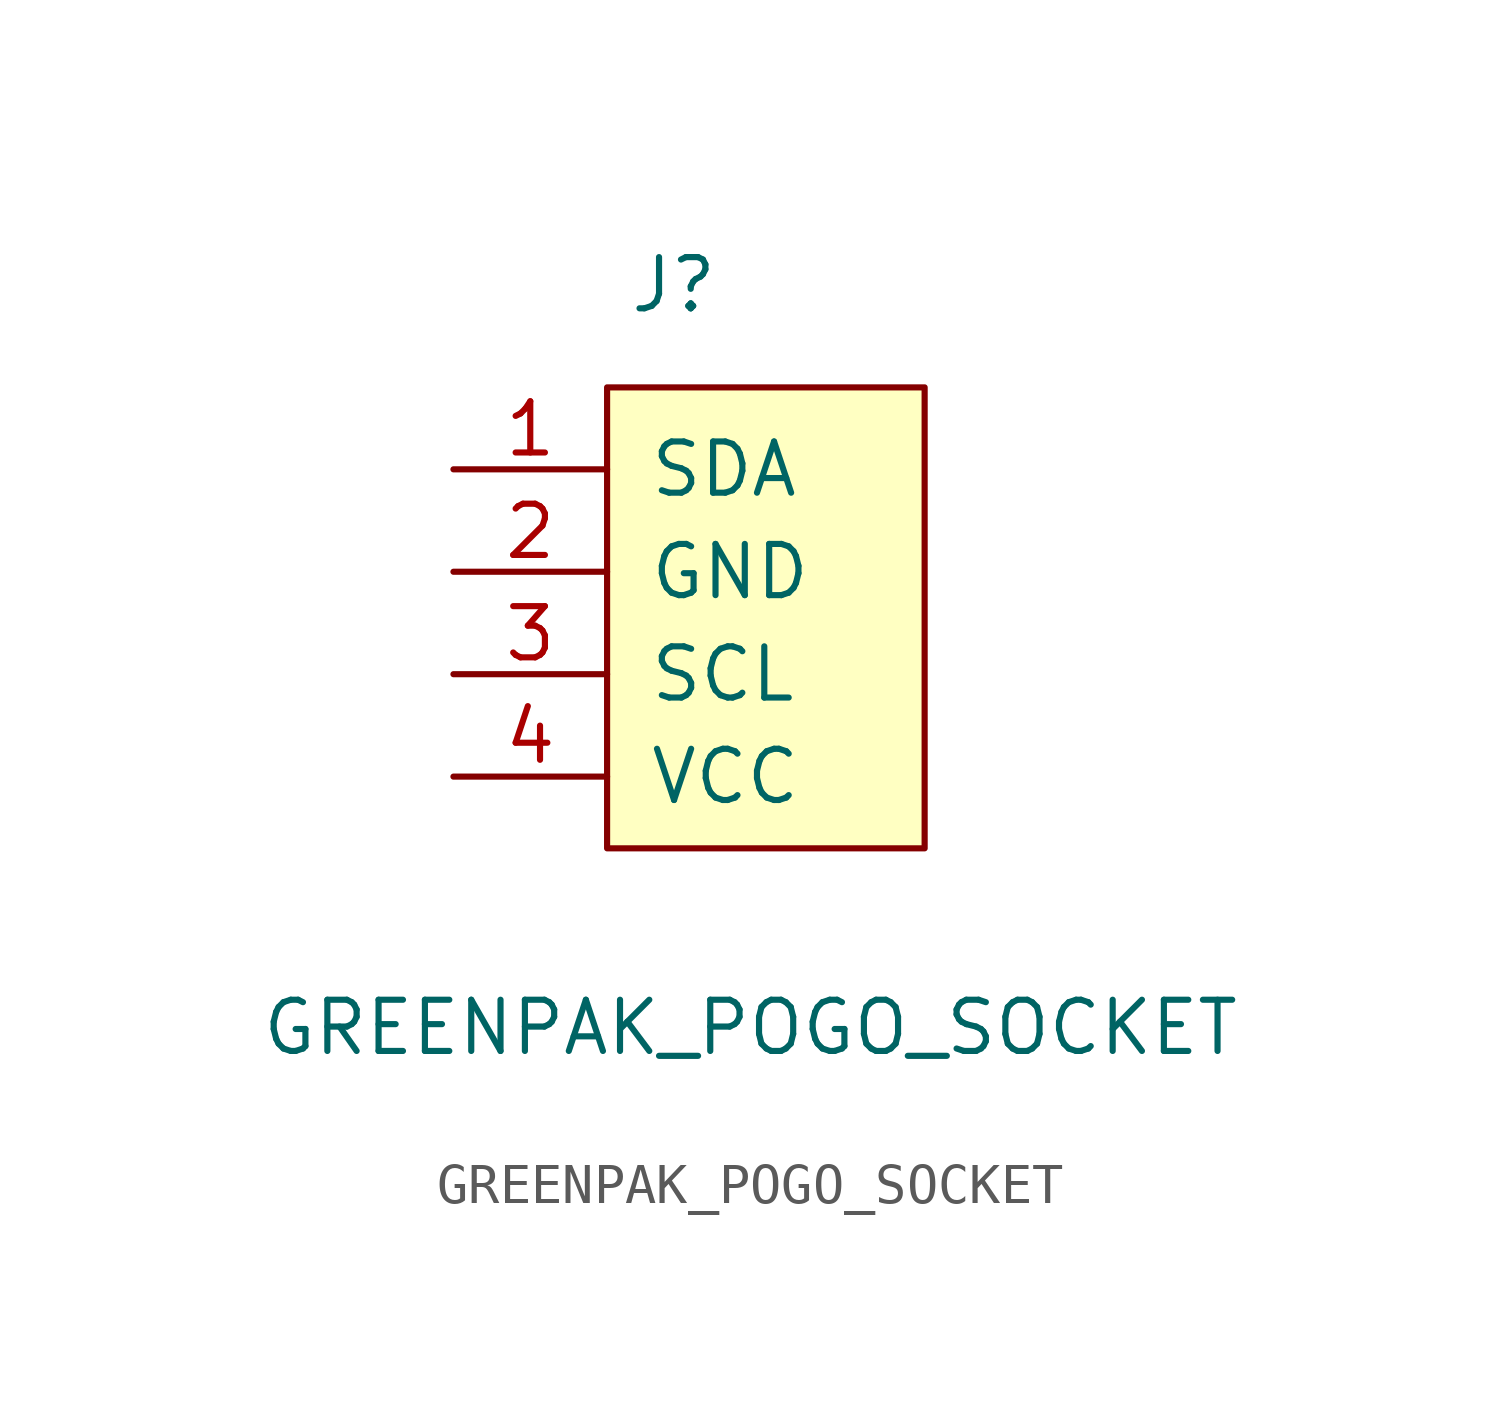
<source format=kicad_sym>
(kicad_symbol_lib
  (version 20220914)
  (generator kicad_symbol_editor)
  (symbol "GREENPAK_POGO_SOCKET"
    (pin_names
      (offset 1.016))
    (property "Reference" "J"
      (at -3.429 9.017 0)
      (effects (font (size 1.27 1.27))))
    (property "Value" "GREENPAK_POGO_SOCKET"
      (at -1.524 -9.398 0)
      (effects (font (size 1.27 1.27))))
    (symbol "GREENPAK_POGO_SOCKET_1_1"
      (rectangle (start -5.08 6.477) (end 2.794 -4.953) (stroke (width 0) (type default)) (fill (type background)))
      (pin passive line (at -8.89 4.445 0) (length 3.81) (name "SDA" (effects (font (size 1.27 1.27)))) (number "1" (effects (font (size 1.27 1.27)))))
      (pin passive line (at -8.89 1.905 0) (length 3.81) (name "GND" (effects (font (size 1.27 1.27)))) (number "2" (effects (font (size 1.27 1.27)))))
      (pin passive line (at -8.89 -0.635 0) (length 3.81) (name "SCL" (effects (font (size 1.27 1.27)))) (number "3" (effects (font (size 1.27 1.27)))))
      (pin passive line (at -8.89 -3.175 0) (length 3.81) (name "VCC" (effects (font (size 1.27 1.27)))) (number "4" (effects (font (size 1.27 1.27))))))))
</source>
